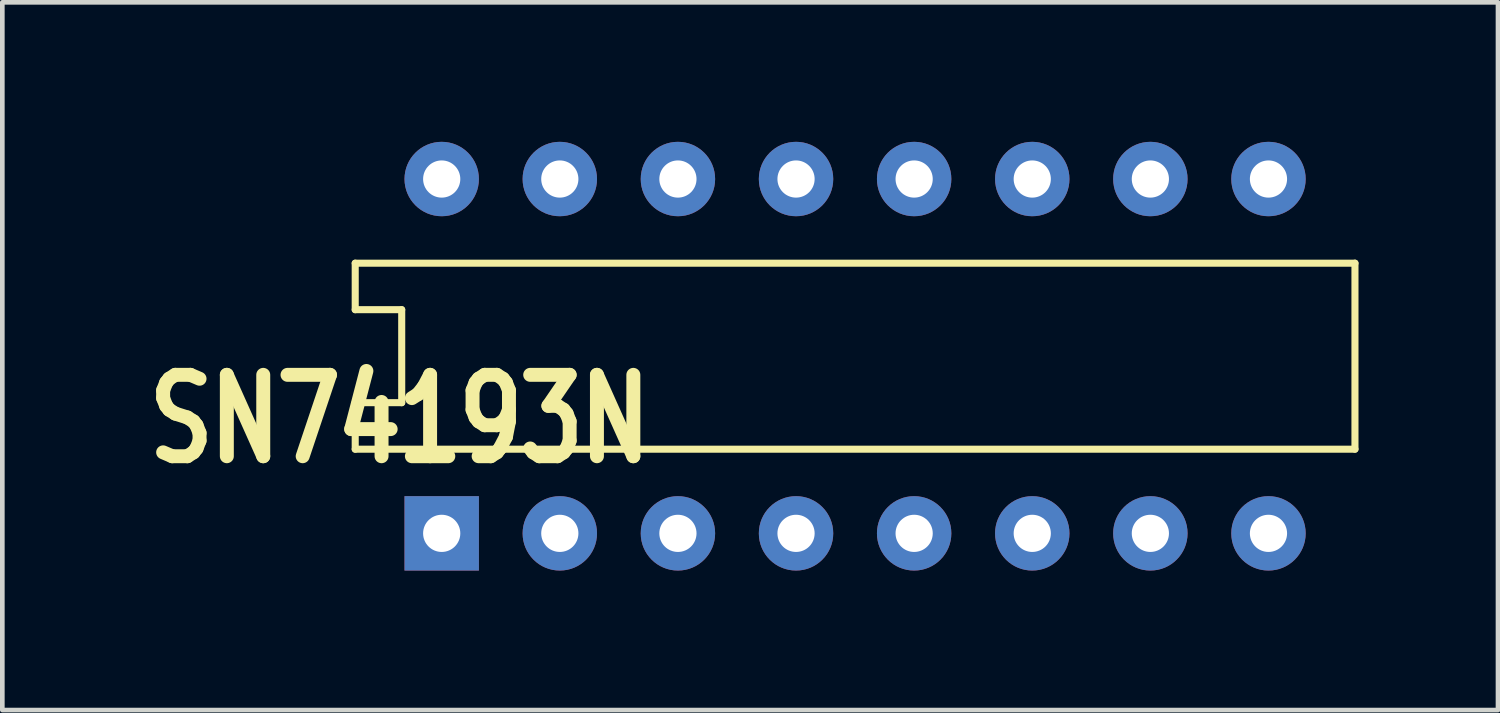
<source format=kicad_pcb>
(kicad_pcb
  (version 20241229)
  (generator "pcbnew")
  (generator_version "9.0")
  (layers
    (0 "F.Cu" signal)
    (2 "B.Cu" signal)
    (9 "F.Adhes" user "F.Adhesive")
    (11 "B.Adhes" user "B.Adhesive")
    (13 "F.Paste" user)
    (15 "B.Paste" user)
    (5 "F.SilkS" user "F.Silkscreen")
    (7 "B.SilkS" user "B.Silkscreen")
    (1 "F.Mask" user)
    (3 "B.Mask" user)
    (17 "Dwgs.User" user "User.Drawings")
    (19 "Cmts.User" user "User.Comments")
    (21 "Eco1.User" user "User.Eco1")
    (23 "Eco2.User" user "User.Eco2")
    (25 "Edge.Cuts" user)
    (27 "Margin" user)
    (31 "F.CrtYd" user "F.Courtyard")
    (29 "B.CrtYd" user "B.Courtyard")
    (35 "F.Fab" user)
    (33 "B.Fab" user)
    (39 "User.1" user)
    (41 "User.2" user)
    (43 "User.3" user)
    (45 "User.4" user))
  (footprint "SN74193N"
    (layer "F.Cu")
    (at 6.449 8.42)
    (property "Reference" "SN74193N" (at -6.449 -1.429 0) (layer "F.SilkS") (effects (font (size 1.75 1.37) (thickness 0.3)) (justify left bottom)))
    (attr through_hole)
    (fp_line (start -1.86 -5.81) (end -1.86 -4.81) (stroke (width 0.152) (type solid)) (layer "F.SilkS"))
    (fp_line (start -1.86 -4.81) (end -0.86 -4.81) (stroke (width 0.152) (type solid)) (layer "F.SilkS"))
    (fp_line (start -1.86 -2.81) (end -0.86 -2.81) (stroke (width 0.152) (type solid)) (layer "F.SilkS"))
    (fp_line (start -1.86 -1.81) (end -1.86 -2.81) (stroke (width 0.152) (type solid)) (layer "F.SilkS"))
    (fp_line (start -1.86 -1.81) (end 19.64 -1.81) (stroke (width 0.152) (type solid)) (layer "F.SilkS"))
    (fp_line (start -0.86 -2.81) (end -0.86 -4.81) (stroke (width 0.152) (type solid)) (layer "F.SilkS"))
    (fp_line (start 19.64 -5.81) (end -1.86 -5.81) (stroke (width 0.152) (type solid)) (layer "F.SilkS"))
    (fp_line (start 19.64 -5.81) (end 19.64 -1.81) (stroke (width 0.152) (type solid)) (layer "F.SilkS"))
    (pad "1" thru_hole rect (at 0 0 90) (size 1.6 1.6) (drill 0.8) (layers "*.Cu" "*.Mask"))
    (pad "2" thru_hole circle (at 2.54 0 90) (size 1.6 1.6) (drill 0.8) (layers "*.Cu" "*.Mask"))
    (pad "3" thru_hole circle (at 5.08 0 90) (size 1.6 1.6) (drill 0.8) (layers "*.Cu" "*.Mask"))
    (pad "4" thru_hole circle (at 7.62 0 90) (size 1.6 1.6) (drill 0.8) (layers "*.Cu" "*.Mask"))
    (pad "5" thru_hole circle (at 10.16 0 90) (size 1.6 1.6) (drill 0.8) (layers "*.Cu" "*.Mask"))
    (pad "6" thru_hole circle (at 12.7 0 90) (size 1.6 1.6) (drill 0.8) (layers "*.Cu" "*.Mask"))
    (pad "7" thru_hole circle (at 15.24 0 90) (size 1.6 1.6) (drill 0.8) (layers "*.Cu" "*.Mask"))
    (pad "8" thru_hole circle (at 17.78 0 90) (size 1.6 1.6) (drill 0.8) (layers "*.Cu" "*.Mask"))
    (pad "9" thru_hole circle (at 17.78 -7.62 90) (size 1.6 1.6) (drill 0.8) (layers "*.Cu" "*.Mask"))
    (pad "10" thru_hole circle (at 15.24 -7.62 90) (size 1.6 1.6) (drill 0.8) (layers "*.Cu" "*.Mask"))
    (pad "11" thru_hole circle (at 12.7 -7.62 90) (size 1.6 1.6) (drill 0.8) (layers "*.Cu" "*.Mask"))
    (pad "12" thru_hole circle (at 10.16 -7.62 90) (size 1.6 1.6) (drill 0.8) (layers "*.Cu" "*.Mask"))
    (pad "13" thru_hole circle (at 7.62 -7.62 90) (size 1.6 1.6) (drill 0.8) (layers "*.Cu" "*.Mask"))
    (pad "14" thru_hole circle (at 5.08 -7.62 90) (size 1.6 1.6) (drill 0.8) (layers "*.Cu" "*.Mask"))
    (pad "15" thru_hole circle (at 2.54 -7.62 90) (size 1.6 1.6) (drill 0.8) (layers "*.Cu" "*.Mask"))
    (pad "16" thru_hole circle (at 0 -7.62 90) (size 1.6 1.6) (drill 0.8) (layers "*.Cu" "*.Mask")))
  (gr_rect
    (start -3 -3)
    (end 29.165 12.22)
    (stroke (width 0.1) (type default))
    (fill no)
    (layer "Edge.Cuts")))
</source>
